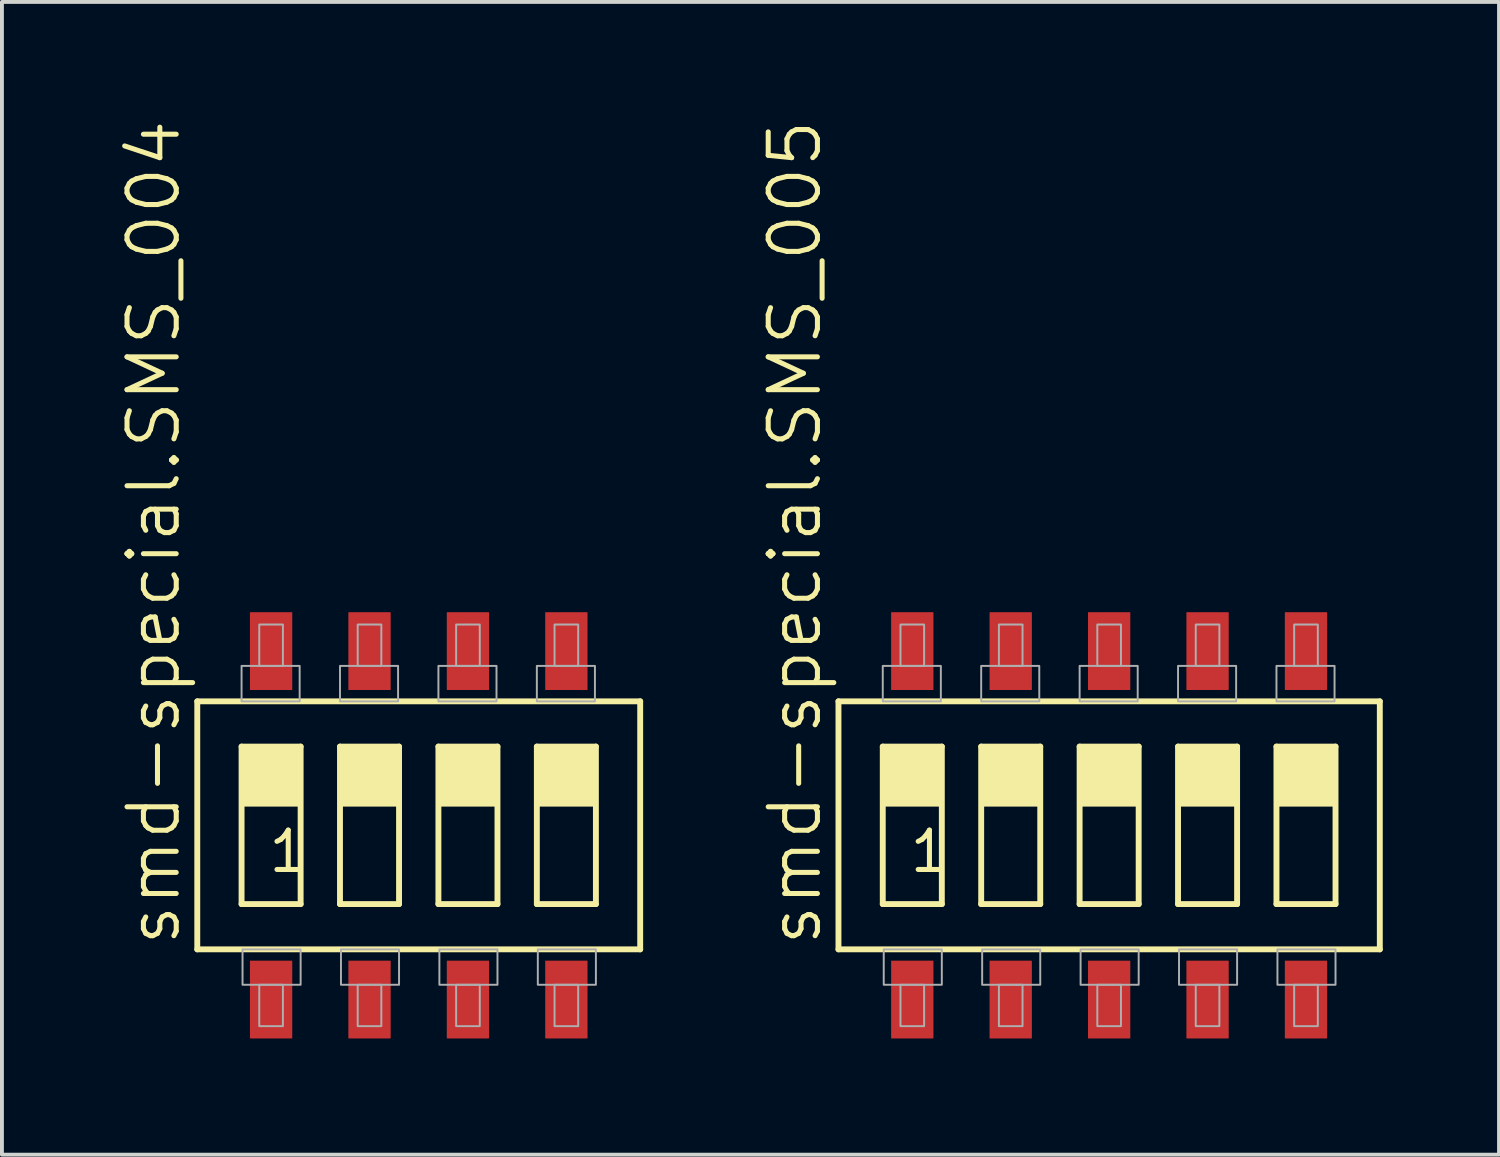
<source format=kicad_pcb>
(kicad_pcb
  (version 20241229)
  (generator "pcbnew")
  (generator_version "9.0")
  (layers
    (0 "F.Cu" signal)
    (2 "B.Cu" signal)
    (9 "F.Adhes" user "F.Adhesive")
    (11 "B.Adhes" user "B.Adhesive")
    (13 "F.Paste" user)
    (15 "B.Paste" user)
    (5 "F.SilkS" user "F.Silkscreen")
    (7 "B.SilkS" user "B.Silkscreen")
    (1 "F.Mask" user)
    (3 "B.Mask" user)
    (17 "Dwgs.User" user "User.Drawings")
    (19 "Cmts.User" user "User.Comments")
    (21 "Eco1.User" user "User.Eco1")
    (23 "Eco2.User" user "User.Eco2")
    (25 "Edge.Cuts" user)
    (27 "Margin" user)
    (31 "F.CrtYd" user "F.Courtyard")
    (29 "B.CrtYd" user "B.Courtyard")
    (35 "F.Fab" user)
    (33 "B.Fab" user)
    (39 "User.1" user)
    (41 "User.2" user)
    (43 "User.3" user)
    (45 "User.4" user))
  (footprint "smd-special.SMS_005"
    (layer "F.Cu")
    (at 25.573 18.249)
    (property "Reference" "smd-special.SMS_005" (at -7.366 3.175 90) (layer "F.SilkS") (effects (font (size 1.27 1.27) (thickness 0.13)) (justify left bottom)))
    (attr smd)
    (fp_line (start -6.985 3.2) (end -6.985 -3.2) (stroke (width 0.152) (type default)) (layer "F.SilkS"))
    (fp_line (start -6.985 3.2) (end 6.985 3.2) (stroke (width 0.152) (type default)) (layer "F.SilkS"))
    (fp_line (start -5.842 -2.032) (end -4.318 -2.032) (stroke (width 0.152) (type default)) (layer "F.SilkS"))
    (fp_line (start -5.842 2.032) (end -5.842 -2.032) (stroke (width 0.152) (type default)) (layer "F.SilkS"))
    (fp_line (start -4.318 -2.032) (end -4.318 2.032) (stroke (width 0.152) (type default)) (layer "F.SilkS"))
    (fp_line (start -4.318 2.032) (end -5.842 2.032) (stroke (width 0.152) (type default)) (layer "F.SilkS"))
    (fp_line (start -3.302 -2.032) (end -1.778 -2.032) (stroke (width 0.152) (type default)) (layer "F.SilkS"))
    (fp_line (start -3.302 2.032) (end -3.302 -2.032) (stroke (width 0.152) (type default)) (layer "F.SilkS"))
    (fp_line (start -1.778 -2.032) (end -1.778 2.032) (stroke (width 0.152) (type default)) (layer "F.SilkS"))
    (fp_line (start -1.778 2.032) (end -3.302 2.032) (stroke (width 0.152) (type default)) (layer "F.SilkS"))
    (fp_line (start -0.762 -2.032) (end 0.762 -2.032) (stroke (width 0.152) (type default)) (layer "F.SilkS"))
    (fp_line (start -0.762 2.032) (end -0.762 -2.032) (stroke (width 0.152) (type default)) (layer "F.SilkS"))
    (fp_line (start 0.762 -2.032) (end 0.762 2.032) (stroke (width 0.152) (type default)) (layer "F.SilkS"))
    (fp_line (start 0.762 2.032) (end -0.762 2.032) (stroke (width 0.152) (type default)) (layer "F.SilkS"))
    (fp_line (start 1.778 -2.032) (end 3.302 -2.032) (stroke (width 0.152) (type default)) (layer "F.SilkS"))
    (fp_line (start 1.778 2.032) (end 1.778 -2.032) (stroke (width 0.152) (type default)) (layer "F.SilkS"))
    (fp_line (start 3.302 -2.032) (end 3.302 2.032) (stroke (width 0.152) (type default)) (layer "F.SilkS"))
    (fp_line (start 3.302 2.032) (end 1.778 2.032) (stroke (width 0.152) (type default)) (layer "F.SilkS"))
    (fp_line (start 4.318 -2.032) (end 5.842 -2.032) (stroke (width 0.152) (type default)) (layer "F.SilkS"))
    (fp_line (start 4.318 2.032) (end 4.318 -2.032) (stroke (width 0.152) (type default)) (layer "F.SilkS"))
    (fp_line (start 5.842 -2.032) (end 5.842 2.032) (stroke (width 0.152) (type default)) (layer "F.SilkS"))
    (fp_line (start 5.842 2.032) (end 4.318 2.032) (stroke (width 0.152) (type default)) (layer "F.SilkS"))
    (fp_line (start 6.985 -3.2) (end -6.985 -3.2) (stroke (width 0.152) (type default)) (layer "F.SilkS"))
    (fp_line (start 6.985 -3.2) (end 6.985 3.2) (stroke (width 0.152) (type default)) (layer "F.SilkS"))
    (fp_rect (start -5.842 -0.508) (end -4.318 -2.032) (stroke (width 0.05) (type default)) (fill yes) (layer "F.SilkS"))
    (fp_rect (start -3.302 -0.508) (end -1.778 -2.032) (stroke (width 0.05) (type default)) (fill yes) (layer "F.SilkS"))
    (fp_rect (start -0.762 -0.508) (end 0.762 -2.032) (stroke (width 0.05) (type default)) (fill yes) (layer "F.SilkS"))
    (fp_rect (start 1.778 -0.508) (end 3.302 -2.032) (stroke (width 0.05) (type default)) (fill yes) (layer "F.SilkS"))
    (fp_rect (start 4.318 -0.508) (end 5.842 -2.032) (stroke (width 0.05) (type default)) (fill yes) (layer "F.SilkS"))
    (fp_rect (start -5.842 -3.2) (end -4.343 -4.115) (stroke (width 0.05) (type default)) (fill no) (layer "F.Fab"))
    (fp_rect (start -5.817 4.115) (end -4.318 3.2) (stroke (width 0.05) (type default)) (fill no) (layer "F.Fab"))
    (fp_rect (start -5.385 -4.115) (end -4.775 -5.182) (stroke (width 0.05) (type default)) (fill no) (layer "F.Fab"))
    (fp_rect (start -5.385 5.182) (end -4.775 4.115) (stroke (width 0.05) (type default)) (fill no) (layer "F.Fab"))
    (fp_rect (start -3.302 -3.2) (end -1.803 -4.115) (stroke (width 0.05) (type default)) (fill no) (layer "F.Fab"))
    (fp_rect (start -3.277 4.115) (end -1.778 3.2) (stroke (width 0.05) (type default)) (fill no) (layer "F.Fab"))
    (fp_rect (start -2.845 -4.115) (end -2.235 -5.182) (stroke (width 0.05) (type default)) (fill no) (layer "F.Fab"))
    (fp_rect (start -2.845 5.182) (end -2.235 4.115) (stroke (width 0.05) (type default)) (fill no) (layer "F.Fab"))
    (fp_rect (start -0.762 -3.2) (end 0.737 -4.115) (stroke (width 0.05) (type default)) (fill no) (layer "F.Fab"))
    (fp_rect (start -0.737 4.115) (end 0.762 3.2) (stroke (width 0.05) (type default)) (fill no) (layer "F.Fab"))
    (fp_rect (start -0.305 -4.115) (end 0.305 -5.182) (stroke (width 0.05) (type default)) (fill no) (layer "F.Fab"))
    (fp_rect (start -0.305 5.182) (end 0.305 4.115) (stroke (width 0.05) (type default)) (fill no) (layer "F.Fab"))
    (fp_rect (start 1.778 -3.2) (end 3.277 -4.115) (stroke (width 0.05) (type default)) (fill no) (layer "F.Fab"))
    (fp_rect (start 1.803 4.115) (end 3.302 3.2) (stroke (width 0.05) (type default)) (fill no) (layer "F.Fab"))
    (fp_rect (start 2.235 -4.115) (end 2.845 -5.182) (stroke (width 0.05) (type default)) (fill no) (layer "F.Fab"))
    (fp_rect (start 2.235 5.182) (end 2.845 4.115) (stroke (width 0.05) (type default)) (fill no) (layer "F.Fab"))
    (fp_rect (start 4.318 -3.2) (end 5.817 -4.115) (stroke (width 0.05) (type default)) (fill no) (layer "F.Fab"))
    (fp_rect (start 4.343 4.115) (end 5.842 3.2) (stroke (width 0.05) (type default)) (fill no) (layer "F.Fab"))
    (fp_rect (start 4.775 -4.115) (end 5.385 -5.182) (stroke (width 0.05) (type default)) (fill no) (layer "F.Fab"))
    (fp_rect (start 4.775 5.182) (end 5.385 4.115) (stroke (width 0.05) (type default)) (fill no) (layer "F.Fab"))
    (fp_text user "1" (at -5.207 1.27 0) (layer "F.SilkS") (effects (font (size 1.016 1.016) (thickness 0.13)) (justify left bottom)))
    (pad "1" smd roundrect (at -5.08 4.496) (size 1.092 2.007) (layers "F.Cu" "F.Mask" "F.Paste") (roundrect_rratio 0.01))
    (pad "2" smd roundrect (at -2.54 4.496) (size 1.092 2.007) (layers "F.Cu" "F.Mask" "F.Paste") (roundrect_rratio 0.01))
    (pad "3" smd roundrect (at 0 4.496) (size 1.092 2.007) (layers "F.Cu" "F.Mask" "F.Paste") (roundrect_rratio 0.01))
    (pad "4" smd roundrect (at 2.54 4.496) (size 1.092 2.007) (layers "F.Cu" "F.Mask" "F.Paste") (roundrect_rratio 0.01))
    (pad "5" smd roundrect (at 5.08 4.496) (size 1.092 2.007) (layers "F.Cu" "F.Mask" "F.Paste") (roundrect_rratio 0.01))
    (pad "6" smd roundrect (at 5.08 -4.496) (size 1.092 2.007) (layers "F.Cu" "F.Mask" "F.Paste") (roundrect_rratio 0.01))
    (pad "7" smd roundrect (at 2.54 -4.496) (size 1.092 2.007) (layers "F.Cu" "F.Mask" "F.Paste") (roundrect_rratio 0.01))
    (pad "8" smd roundrect (at 0 -4.496) (size 1.092 2.007) (layers "F.Cu" "F.Mask" "F.Paste") (roundrect_rratio 0.01))
    (pad "9" smd roundrect (at -2.54 -4.496) (size 1.092 2.007) (layers "F.Cu" "F.Mask" "F.Paste") (roundrect_rratio 0.01))
    (pad "10" smd roundrect (at -5.08 -4.496) (size 1.092 2.007) (layers "F.Cu" "F.Mask" "F.Paste") (roundrect_rratio 0.01)))
  (footprint "smd-special.SMS_004"
    (layer "F.Cu")
    (at 7.756 18.249)
    (property "Reference" "smd-special.SMS_004" (at -6.096 3.175 90) (layer "F.SilkS") (effects (font (size 1.27 1.27) (thickness 0.13)) (justify left bottom)))
    (attr smd)
    (fp_line (start -5.715 3.2) (end -5.715 -3.2) (stroke (width 0.152) (type default)) (layer "F.SilkS"))
    (fp_line (start -5.715 3.2) (end 5.715 3.2) (stroke (width 0.152) (type default)) (layer "F.SilkS"))
    (fp_line (start -4.572 -2.032) (end -3.048 -2.032) (stroke (width 0.152) (type default)) (layer "F.SilkS"))
    (fp_line (start -4.572 2.032) (end -4.572 -2.032) (stroke (width 0.152) (type default)) (layer "F.SilkS"))
    (fp_line (start -3.048 -2.032) (end -3.048 2.032) (stroke (width 0.152) (type default)) (layer "F.SilkS"))
    (fp_line (start -3.048 2.032) (end -4.572 2.032) (stroke (width 0.152) (type default)) (layer "F.SilkS"))
    (fp_line (start -2.032 -2.032) (end -0.508 -2.032) (stroke (width 0.152) (type default)) (layer "F.SilkS"))
    (fp_line (start -2.032 2.032) (end -2.032 -2.032) (stroke (width 0.152) (type default)) (layer "F.SilkS"))
    (fp_line (start -0.508 -2.032) (end -0.508 2.032) (stroke (width 0.152) (type default)) (layer "F.SilkS"))
    (fp_line (start -0.508 2.032) (end -2.032 2.032) (stroke (width 0.152) (type default)) (layer "F.SilkS"))
    (fp_line (start 0.508 -2.032) (end 2.032 -2.032) (stroke (width 0.152) (type default)) (layer "F.SilkS"))
    (fp_line (start 0.508 2.032) (end 0.508 -2.032) (stroke (width 0.152) (type default)) (layer "F.SilkS"))
    (fp_line (start 2.032 -2.032) (end 2.032 2.032) (stroke (width 0.152) (type default)) (layer "F.SilkS"))
    (fp_line (start 2.032 2.032) (end 0.508 2.032) (stroke (width 0.152) (type default)) (layer "F.SilkS"))
    (fp_line (start 3.048 -2.032) (end 4.572 -2.032) (stroke (width 0.152) (type default)) (layer "F.SilkS"))
    (fp_line (start 3.048 2.032) (end 3.048 -2.032) (stroke (width 0.152) (type default)) (layer "F.SilkS"))
    (fp_line (start 4.572 -2.032) (end 4.572 2.032) (stroke (width 0.152) (type default)) (layer "F.SilkS"))
    (fp_line (start 4.572 2.032) (end 3.048 2.032) (stroke (width 0.152) (type default)) (layer "F.SilkS"))
    (fp_line (start 5.715 -3.2) (end -5.715 -3.2) (stroke (width 0.152) (type default)) (layer "F.SilkS"))
    (fp_line (start 5.715 -3.2) (end 5.715 3.2) (stroke (width 0.152) (type default)) (layer "F.SilkS"))
    (fp_rect (start -4.572 -0.508) (end -3.048 -2.032) (stroke (width 0.05) (type default)) (fill yes) (layer "F.SilkS"))
    (fp_rect (start -2.032 -0.508) (end -0.508 -2.032) (stroke (width 0.05) (type default)) (fill yes) (layer "F.SilkS"))
    (fp_rect (start 0.508 -0.508) (end 2.032 -2.032) (stroke (width 0.05) (type default)) (fill yes) (layer "F.SilkS"))
    (fp_rect (start 3.048 -0.508) (end 4.572 -2.032) (stroke (width 0.05) (type default)) (fill yes) (layer "F.SilkS"))
    (fp_rect (start -4.572 -3.2) (end -3.073 -4.115) (stroke (width 0.05) (type default)) (fill no) (layer "F.Fab"))
    (fp_rect (start -4.547 4.115) (end -3.048 3.2) (stroke (width 0.05) (type default)) (fill no) (layer "F.Fab"))
    (fp_rect (start -4.115 -4.115) (end -3.505 -5.182) (stroke (width 0.05) (type default)) (fill no) (layer "F.Fab"))
    (fp_rect (start -4.115 5.182) (end -3.505 4.115) (stroke (width 0.05) (type default)) (fill no) (layer "F.Fab"))
    (fp_rect (start -2.032 -3.2) (end -0.533 -4.115) (stroke (width 0.05) (type default)) (fill no) (layer "F.Fab"))
    (fp_rect (start -2.007 4.115) (end -0.508 3.2) (stroke (width 0.05) (type default)) (fill no) (layer "F.Fab"))
    (fp_rect (start -1.575 -4.115) (end -0.965 -5.182) (stroke (width 0.05) (type default)) (fill no) (layer "F.Fab"))
    (fp_rect (start -1.575 5.182) (end -0.965 4.115) (stroke (width 0.05) (type default)) (fill no) (layer "F.Fab"))
    (fp_rect (start 0.508 -3.2) (end 2.007 -4.115) (stroke (width 0.05) (type default)) (fill no) (layer "F.Fab"))
    (fp_rect (start 0.533 4.115) (end 2.032 3.2) (stroke (width 0.05) (type default)) (fill no) (layer "F.Fab"))
    (fp_rect (start 0.965 -4.115) (end 1.575 -5.182) (stroke (width 0.05) (type default)) (fill no) (layer "F.Fab"))
    (fp_rect (start 0.965 5.182) (end 1.575 4.115) (stroke (width 0.05) (type default)) (fill no) (layer "F.Fab"))
    (fp_rect (start 3.048 -3.2) (end 4.547 -4.115) (stroke (width 0.05) (type default)) (fill no) (layer "F.Fab"))
    (fp_rect (start 3.073 4.115) (end 4.572 3.2) (stroke (width 0.05) (type default)) (fill no) (layer "F.Fab"))
    (fp_rect (start 3.505 -4.115) (end 4.115 -5.182) (stroke (width 0.05) (type default)) (fill no) (layer "F.Fab"))
    (fp_rect (start 3.505 5.182) (end 4.115 4.115) (stroke (width 0.05) (type default)) (fill no) (layer "F.Fab"))
    (fp_text user "1" (at -3.937 1.27 0) (layer "F.SilkS") (effects (font (size 1.016 1.016) (thickness 0.13)) (justify left bottom)))
    (pad "1" smd roundrect (at -3.81 4.496) (size 1.092 2.007) (layers "F.Cu" "F.Mask" "F.Paste") (roundrect_rratio 0.01))
    (pad "2" smd roundrect (at -1.27 4.496) (size 1.092 2.007) (layers "F.Cu" "F.Mask" "F.Paste") (roundrect_rratio 0.01))
    (pad "3" smd roundrect (at 1.27 4.496) (size 1.092 2.007) (layers "F.Cu" "F.Mask" "F.Paste") (roundrect_rratio 0.01))
    (pad "4" smd roundrect (at 3.81 4.496) (size 1.092 2.007) (layers "F.Cu" "F.Mask" "F.Paste") (roundrect_rratio 0.01))
    (pad "5" smd roundrect (at 3.81 -4.496) (size 1.092 2.007) (layers "F.Cu" "F.Mask" "F.Paste") (roundrect_rratio 0.01))
    (pad "6" smd roundrect (at 1.27 -4.496) (size 1.092 2.007) (layers "F.Cu" "F.Mask" "F.Paste") (roundrect_rratio 0.01))
    (pad "7" smd roundrect (at -1.27 -4.496) (size 1.092 2.007) (layers "F.Cu" "F.Mask" "F.Paste") (roundrect_rratio 0.01))
    (pad "8" smd roundrect (at -3.81 -4.496) (size 1.092 2.007) (layers "F.Cu" "F.Mask" "F.Paste") (roundrect_rratio 0.01)))
  (gr_rect
    (start -3 -3)
    (end 35.634 26.748)
    (stroke (width 0.1) (type default))
    (fill no)
    (layer "Edge.Cuts")))
</source>
